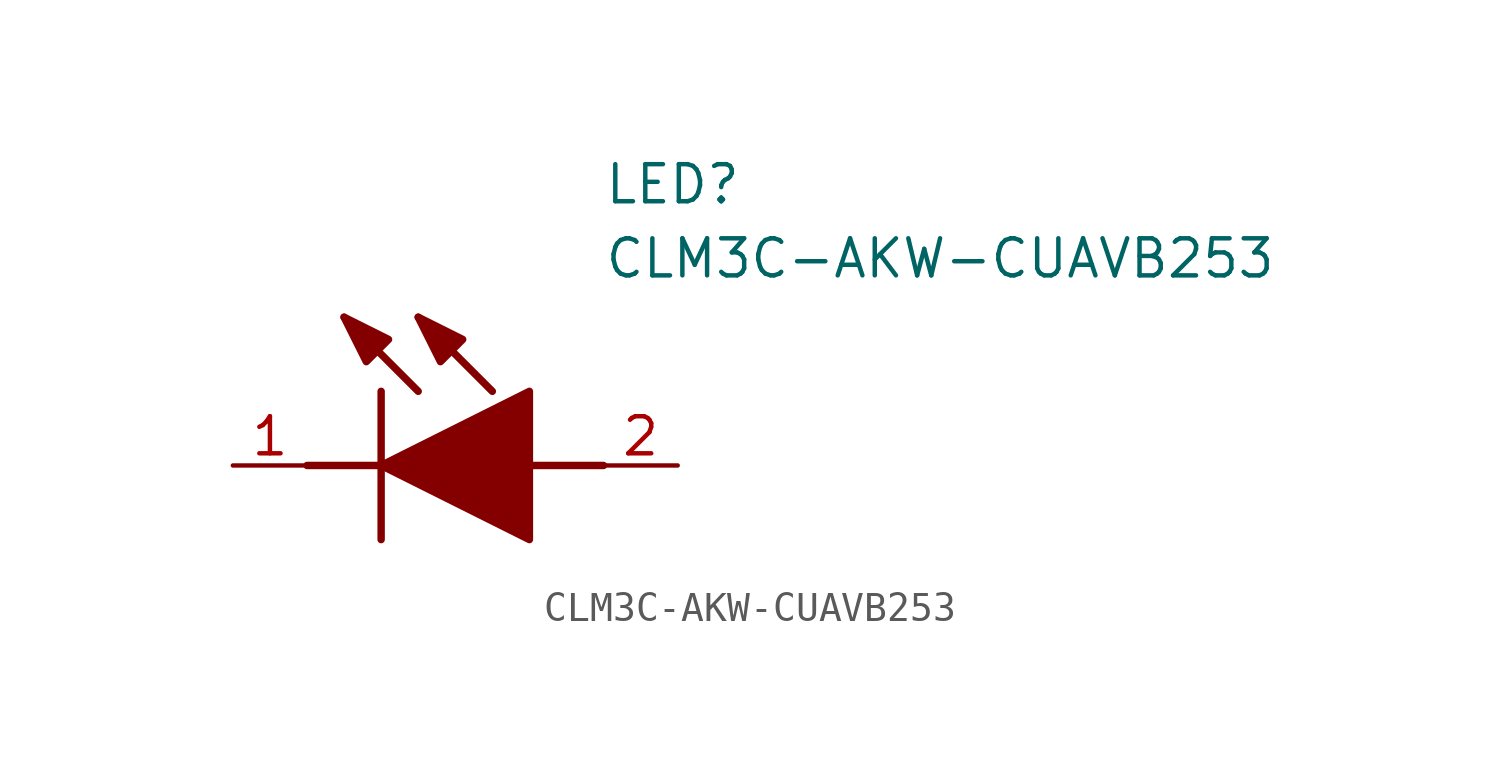
<source format=kicad_sym>
(kicad_symbol_lib
  (version 20211014)
  (generator SamacSys_ECAD_Model)
  (symbol "CLM3C-AKW-CUAVB253"
    (pin_names hide)
    (property "Reference" "LED"
      (at 12.7 8.89 0)
      (effects (font (size 1.27 1.27)) (justify left bottom)))
    (property "Value" "CLM3C-AKW-CUAVB253"
      (at 12.7 6.35 0)
      (effects (font (size 1.27 1.27)) (justify left bottom)))
    (polyline
      (pts (xy 5.08 2.54) (xy 5.08 -2.54))
      (stroke (width 0.254) (type default))
      (fill (type none)))
    (polyline
      (pts (xy 6.35 2.54) (xy 3.81 5.08))
      (stroke (width 0.254) (type default))
      (fill (type none)))
    (polyline
      (pts (xy 8.89 2.54) (xy 6.35 5.08))
      (stroke (width 0.254) (type default))
      (fill (type none)))
    (polyline
      (pts (xy 2.54 0) (xy 5.08 0))
      (stroke (width 0.254) (type default))
      (fill (type none)))
    (polyline
      (pts (xy 10.16 0) (xy 12.7 0))
      (stroke (width 0.254) (type default))
      (fill (type none)))
    (polyline
      (pts (xy 5.08 0) (xy 10.16 2.54) (xy 10.16 -2.54) (xy 5.08 0))
      (stroke (width 0.254) (type default))
      (fill (type outline)))
    (polyline
      (pts (xy 5.334 4.318) (xy 4.572 3.556) (xy 3.81 5.08) (xy 5.334 4.318))
      (stroke (width 0.254) (type default))
      (fill (type outline)))
    (polyline
      (pts (xy 7.874 4.318) (xy 7.112 3.556) (xy 6.35 5.08) (xy 7.874 4.318))
      (stroke (width 0.254) (type default))
      (fill (type outline)))
    (pin passive line
      (at 0 0 0)
      (length 2.54)
      (name "K" (effects (font (size 1.27 1.27))))
      (number "1" (effects (font (size 1.27 1.27)))))
    (pin passive line
      (at 15.24 0 180)
      (length 2.54)
      (name "A" (effects (font (size 1.27 1.27))))
      (number "2" (effects (font (size 1.27 1.27)))))))
</source>
